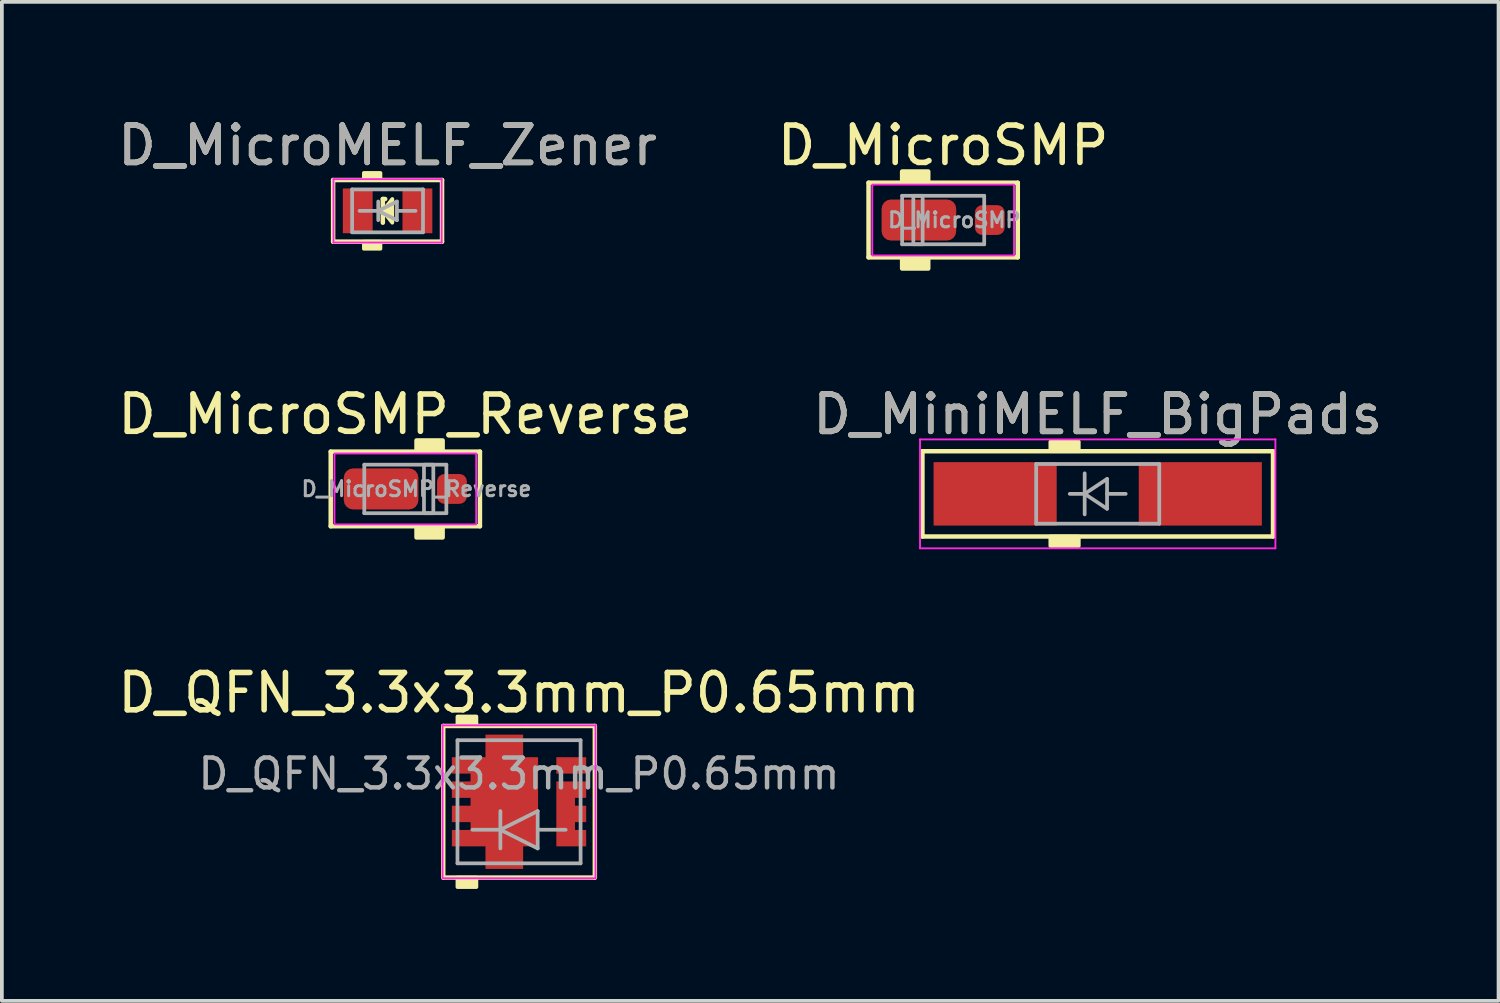
<source format=kicad_pcb>
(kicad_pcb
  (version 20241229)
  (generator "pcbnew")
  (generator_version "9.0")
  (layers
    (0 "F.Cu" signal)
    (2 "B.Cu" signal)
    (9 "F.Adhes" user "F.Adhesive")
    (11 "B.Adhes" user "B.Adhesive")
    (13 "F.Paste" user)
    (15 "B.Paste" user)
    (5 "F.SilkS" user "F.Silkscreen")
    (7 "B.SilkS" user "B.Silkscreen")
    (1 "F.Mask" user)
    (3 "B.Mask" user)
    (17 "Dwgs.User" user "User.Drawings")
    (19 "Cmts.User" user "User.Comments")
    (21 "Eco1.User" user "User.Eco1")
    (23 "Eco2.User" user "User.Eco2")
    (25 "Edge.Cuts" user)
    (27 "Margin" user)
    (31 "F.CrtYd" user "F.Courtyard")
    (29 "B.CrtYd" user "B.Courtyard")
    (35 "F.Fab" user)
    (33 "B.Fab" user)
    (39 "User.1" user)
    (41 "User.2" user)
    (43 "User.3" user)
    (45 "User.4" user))
  (footprint "D_MiniMELF_BigPads"
    (layer "F.Cu")
    (at 26.375 10.188)
    (property "Reference" "D_MiniMELF_BigPads" (at 0 -2.131 0) (layer "F.SilkS") (effects (font (size 1 1) (thickness 0.15))))
    (attr smd)
    (fp_line (start -4.699 -1.143) (end -4.699 1.143) (stroke (width 0.12) (type solid)) (layer "F.SilkS"))
    (fp_line (start -4.699 1.143) (end 4.699 1.143) (stroke (width 0.12) (type solid)) (layer "F.SilkS"))
    (fp_line (start 4.699 -1.143) (end -4.699 -1.143) (stroke (width 0.12) (type solid)) (layer "F.SilkS"))
    (fp_line (start 4.699 1.143) (end 4.699 -1.143) (stroke (width 0.12) (type solid)) (layer "F.SilkS"))
    (fp_poly (pts (xy -0.508 -1.143) (xy -1.27 -1.143) (xy -1.27 -1.397) (xy -0.508 -1.397)) (stroke (width 0.1) (type solid)) (fill yes) (layer "F.SilkS"))
    (fp_poly (pts (xy -0.508 1.397) (xy -1.27 1.397) (xy -1.27 1.143) (xy -0.508 1.143)) (stroke (width 0.1) (type solid)) (fill yes) (layer "F.SilkS"))
    (fp_line (start -4.763 -1.46) (end 4.763 -1.46) (stroke (width 0.05) (type solid)) (layer "F.CrtYd"))
    (fp_line (start -4.763 1.46) (end -4.763 -1.46) (stroke (width 0.05) (type solid)) (layer "F.CrtYd"))
    (fp_line (start 4.763 -1.46) (end 4.763 1.46) (stroke (width 0.05) (type solid)) (layer "F.CrtYd"))
    (fp_line (start 4.763 1.46) (end -4.763 1.46) (stroke (width 0.05) (type solid)) (layer "F.CrtYd"))
    (fp_line (start -1.65 -0.8) (end 1.65 -0.8) (stroke (width 0.1) (type solid)) (layer "F.Fab"))
    (fp_line (start -1.65 0.8) (end -1.65 -0.8) (stroke (width 0.1) (type solid)) (layer "F.Fab"))
    (fp_line (start -0.75 0) (end -0.35 0) (stroke (width 0.1) (type solid)) (layer "F.Fab"))
    (fp_line (start -0.35 0) (end -0.35 -0.55) (stroke (width 0.1) (type solid)) (layer "F.Fab"))
    (fp_line (start -0.35 0) (end -0.35 0.55) (stroke (width 0.1) (type solid)) (layer "F.Fab"))
    (fp_line (start -0.35 0) (end 0.25 -0.4) (stroke (width 0.1) (type solid)) (layer "F.Fab"))
    (fp_line (start 0.25 -0.4) (end 0.25 0.4) (stroke (width 0.1) (type solid)) (layer "F.Fab"))
    (fp_line (start 0.25 0) (end 0.75 0) (stroke (width 0.1) (type solid)) (layer "F.Fab"))
    (fp_line (start 0.25 0.4) (end -0.35 0) (stroke (width 0.1) (type solid)) (layer "F.Fab"))
    (fp_line (start 1.65 -0.8) (end 1.65 0.8) (stroke (width 0.1) (type solid)) (layer "F.Fab"))
    (fp_line (start 1.65 0.8) (end -1.65 0.8) (stroke (width 0.1) (type solid)) (layer "F.Fab"))
    (fp_text user "${REFERENCE}" (at 0 -2.131 0) (layer "F.Fab") (effects (font (size 1 1) (thickness 0.15))))
    (pad "1" smd rect (at -2.75 0) (size 3.3 1.7) (layers "F.Cu" "F.Mask" "F.Paste"))
    (pad "2" smd rect (at 2.75 0) (size 3.3 1.7) (layers "F.Cu" "F.Mask" "F.Paste")))
  (footprint "D_QFN_3.3x3.3mm_P0.65mm"
    (layer "F.Cu")
    (at 10.863 18.442)
    (property "Reference" "D_QFN_3.3x3.3mm_P0.65mm" (at 0 -2.921 0) (layer "F.SilkS") (effects (font (size 1 1) (thickness 0.15))))
    (attr smd)
    (fp_line (start -2.032 -2.032) (end 2.032 -2.032) (stroke (width 0.12) (type solid)) (layer "F.SilkS"))
    (fp_line (start -2.032 2.032) (end -2.032 -2.032) (stroke (width 0.12) (type solid)) (layer "F.SilkS"))
    (fp_line (start 2.032 -2.032) (end 2.032 2.032) (stroke (width 0.12) (type solid)) (layer "F.SilkS"))
    (fp_line (start 2.032 2.032) (end -2.032 2.032) (stroke (width 0.12) (type solid)) (layer "F.SilkS"))
    (fp_poly (pts (xy -1.143 -2.032) (xy -1.651 -2.032) (xy -1.651 -2.286) (xy -1.143 -2.286)) (stroke (width 0.1) (type solid)) (fill yes) (layer "F.SilkS"))
    (fp_poly (pts (xy -1.143 2.286) (xy -1.651 2.286) (xy -1.651 2.032) (xy -1.143 2.032)) (stroke (width 0.1) (type solid)) (fill yes) (layer "F.SilkS"))
    (fp_line (start -2.05 -2.05) (end 2.05 -2.05) (stroke (width 0.05) (type solid)) (layer "F.CrtYd"))
    (fp_line (start -2.05 2.05) (end -2.05 -2.05) (stroke (width 0.05) (type solid)) (layer "F.CrtYd"))
    (fp_line (start -2.05 2.05) (end 2.05 2.05) (stroke (width 0.05) (type solid)) (layer "F.CrtYd"))
    (fp_line (start 2.05 2.05) (end 2.05 -2.05) (stroke (width 0.05) (type solid)) (layer "F.CrtYd"))
    (fp_line (start -1.65 -1.65) (end 1.65 -1.65) (stroke (width 0.1) (type solid)) (layer "F.Fab"))
    (fp_line (start -1.65 1.65) (end -1.65 -1.65) (stroke (width 0.1) (type solid)) (layer "F.Fab"))
    (fp_line (start -0.5 0.25) (end -0.5 1.25) (stroke (width 0.1) (type solid)) (layer "F.Fab"))
    (fp_line (start -0.5 0.75) (end -1.25 0.75) (stroke (width 0.1) (type solid)) (layer "F.Fab"))
    (fp_line (start -0.5 0.75) (end 0.5 0.25) (stroke (width 0.1) (type solid)) (layer "F.Fab"))
    (fp_line (start 0.5 0.25) (end 0.5 1.25) (stroke (width 0.1) (type solid)) (layer "F.Fab"))
    (fp_line (start 0.5 0.75) (end 1.25 0.75) (stroke (width 0.1) (type solid)) (layer "F.Fab"))
    (fp_line (start 0.5 1.25) (end -0.5 0.75) (stroke (width 0.1) (type solid)) (layer "F.Fab"))
    (fp_line (start 1.65 -1.65) (end 1.65 1.65) (stroke (width 0.1) (type solid)) (layer "F.Fab"))
    (fp_line (start 1.65 1.65) (end -1.65 1.65) (stroke (width 0.1) (type solid)) (layer "F.Fab"))
    (fp_text user "${REFERENCE}" (at 0 -0.75 0) (layer "F.Fab") (effects (font (size 0.8 0.8) (thickness 0.12))))
    (pad "" smd rect (at 1.4 -0.975) (size 0.8 0.44) (layers "F.Cu" "F.Mask" "F.Paste"))
    (pad "1" smd custom (at -0.645 0) (size 0.5 0.5) (layers "F.Cu" "F.Mask" "F.Paste") (options (anchor rect)) (primitives (gr_poly (pts (xy 1.155 -1.195) (xy 0.755 -1.195) (xy 0.755 -1.8) (xy -0.255 -1.8) (xy -0.255 -1.195) (xy -1.155 -1.195) (xy -1.155 -0.755) (xy -0.655 -0.755) (xy -0.655 -0.545) (xy -1.155 -0.545) (xy -1.155 -0.105) (xy -0.655 -0.105) (xy -0.655 0.105) (xy -1.155 0.105) (xy -1.155 0.545) (xy -0.655 0.545) (xy -0.655 0.755) (xy -1.155 0.755) (xy -1.155 1.195) (xy -0.255 1.195) (xy -0.255 1.8) (xy 0.755 1.8) (xy 0.755 1.195) (xy 1.155 1.195)) (width 0) (fill yes))))
    (pad "2" smd custom (at 1.4 0.325) (size 0.4 0.4) (layers "F.Cu" "F.Mask" "F.Paste") (options (anchor rect)) (primitives (gr_poly (pts (xy -0.4 -0.87) (xy 0.4 -0.87) (xy 0.4 -0.43) (xy 0.1 -0.43) (xy 0.1 -0.22) (xy 0.4 -0.22) (xy 0.4 0.22) (xy 0.1 0.22) (xy 0.1 0.43) (xy 0.4 0.43) (xy 0.4 0.87) (xy -0.4 0.87)) (width 0) (fill yes)))))
  (footprint "D_MicroMELF_Zener"
    (layer "F.Cu")
    (at 7.339 2.602)
    (property "Reference" "D_MicroMELF_Zener" (at 0 -1.754 0) (layer "F.SilkS") (effects (font (size 1 1) (thickness 0.15))))
    (attr smd)
    (fp_line (start -1.46 -0.826) (end 1.46 -0.826) (stroke (width 0.12) (type solid)) (layer "F.SilkS"))
    (fp_line (start -1.46 0.826) (end -1.46 -0.826) (stroke (width 0.12) (type solid)) (layer "F.SilkS"))
    (fp_line (start -0.127 -0.318) (end -0.127 0.318) (stroke (width 0.12) (type solid)) (layer "F.SilkS"))
    (fp_line (start -0.127 -0.318) (end -0.064 -0.318) (stroke (width 0.12) (type solid)) (layer "F.SilkS"))
    (fp_line (start 1.46 -0.826) (end 1.46 0.826) (stroke (width 0.12) (type solid)) (layer "F.SilkS"))
    (fp_line (start 1.46 0.826) (end -1.46 0.826) (stroke (width 0.12) (type solid)) (layer "F.SilkS"))
    (fp_poly (pts (xy 0.127 0.318) (xy -0.127 0) (xy 0.127 -0.318)) (stroke (width 0.1) (type solid)) (fill yes) (layer "F.SilkS"))
    (fp_poly (pts (xy -0.191 -0.826) (xy -0.635 -0.826) (xy -0.635 -1.016) (xy -0.191 -1.016)) (stroke (width 0.1) (type solid)) (fill yes) (layer "F.SilkS"))
    (fp_poly (pts (xy -0.191 1.016) (xy -0.635 1.016) (xy -0.635 0.826) (xy -0.191 0.826)) (stroke (width 0.1) (type solid)) (fill yes) (layer "F.SilkS"))
    (fp_line (start -1.45 -0.85) (end -1.45 0.85) (stroke (width 0.05) (type solid)) (layer "F.CrtYd"))
    (fp_line (start -1.45 -0.85) (end 1.45 -0.85) (stroke (width 0.05) (type solid)) (layer "F.CrtYd"))
    (fp_line (start 1.45 0.85) (end -1.45 0.85) (stroke (width 0.05) (type solid)) (layer "F.CrtYd"))
    (fp_line (start 1.45 0.85) (end 1.45 -0.85) (stroke (width 0.05) (type solid)) (layer "F.CrtYd"))
    (fp_line (start -0.95 -0.575) (end 0.95 -0.575) (stroke (width 0.1) (type solid)) (layer "F.Fab"))
    (fp_line (start -0.95 0.575) (end -0.95 -0.575) (stroke (width 0.1) (type solid)) (layer "F.Fab"))
    (fp_line (start -0.25 -0.25) (end -0.25 0.25) (stroke (width 0.1) (type solid)) (layer "F.Fab"))
    (fp_line (start -0.25 0) (end -0.75 0) (stroke (width 0.1) (type solid)) (layer "F.Fab"))
    (fp_line (start -0.25 0) (end 0.25 -0.25) (stroke (width 0.1) (type solid)) (layer "F.Fab"))
    (fp_line (start 0.25 -0.25) (end 0.25 0.25) (stroke (width 0.1) (type solid)) (layer "F.Fab"))
    (fp_line (start 0.25 0) (end 0.75 0) (stroke (width 0.1) (type solid)) (layer "F.Fab"))
    (fp_line (start 0.25 0.25) (end -0.25 0) (stroke (width 0.1) (type solid)) (layer "F.Fab"))
    (fp_line (start 0.95 -0.575) (end 0.95 0.575) (stroke (width 0.1) (type solid)) (layer "F.Fab"))
    (fp_line (start 0.95 0.575) (end -0.95 0.575) (stroke (width 0.1) (type solid)) (layer "F.Fab"))
    (fp_text user "${REFERENCE}" (at 0 -1.754 0) (layer "F.Fab") (effects (font (size 1 1) (thickness 0.15))))
    (pad "1" smd rect (at -0.8 0) (size 0.8 1.2) (layers "F.Cu" "F.Mask" "F.Paste"))
    (pad "2" smd rect (at 0.8 0) (size 0.8 1.2) (layers "F.Cu" "F.Mask" "F.Paste")))
  (footprint "D_MicroSMP_Reverse"
    (layer "F.Cu")
    (at 7.815 10.056)
    (property "Reference" "D_MicroSMP_Reverse" (at 0 -2 0) (unlocked yes) (layer "F.SilkS") (effects (font (size 1 1) (thickness 0.15))))
    (fp_line (start -2 -1) (end -2 1) (stroke (width 0.12) (type solid)) (layer "F.SilkS"))
    (fp_line (start -2 1) (end 2 1) (stroke (width 0.12) (type solid)) (layer "F.SilkS"))
    (fp_line (start 2 -1) (end -2 -1) (stroke (width 0.12) (type solid)) (layer "F.SilkS"))
    (fp_line (start 2 1) (end 2 -1) (stroke (width 0.12) (type solid)) (layer "F.SilkS"))
    (fp_rect (start 1 -1) (end 0.3 -1.3) (stroke (width 0.12) (type solid)) (fill yes) (layer "F.SilkS"))
    (fp_rect (start 1 1.3) (end 0.3 1) (stroke (width 0.12) (type solid)) (fill yes) (layer "F.SilkS"))
    (fp_rect (start -1.9 -0.95) (end 1.9 0.95) (stroke (width 0.05) (type solid)) (fill no) (layer "F.CrtYd"))
    (fp_line (start -1.1 -0.65) (end -1.1 0.65) (stroke (width 0.1) (type solid)) (layer "F.Fab"))
    (fp_line (start -1.1 0.65) (end 1.1 0.65) (stroke (width 0.1) (type solid)) (layer "F.Fab"))
    (fp_line (start 1.1 -0.65) (end -1.1 -0.65) (stroke (width 0.1) (type solid)) (layer "F.Fab"))
    (fp_line (start 1.1 0.65) (end 1.1 -0.65) (stroke (width 0.1) (type solid)) (layer "F.Fab"))
    (fp_rect (start 0.5 -0.65) (end 0.75 0.65) (stroke (width 0.1) (type solid)) (fill no) (layer "F.Fab"))
    (fp_text user "${REFERENCE}" (at 0.3 0 180) (layer "F.Fab") (effects (font (size 0.4 0.4) (thickness 0.08))))
    (pad "1" smd roundrect (at 1.25 0) (size 0.8 0.8) (layers "F.Cu" "F.Mask" "F.Paste") (roundrect_rratio 0.25))
    (pad "2" smd roundrect (at -0.65 0) (size 2 1.1) (layers "F.Cu" "F.Mask" "F.Paste") (roundrect_rratio 0.227)))
  (footprint "D_MicroSMP"
    (layer "F.Cu")
    (at 22.232 2.848)
    (property "Reference" "D_MicroSMP" (at 0 -2 0) (unlocked yes) (layer "F.SilkS") (effects (font (size 1 1) (thickness 0.15))))
    (fp_line (start -2 -1) (end -2 1) (stroke (width 0.12) (type solid)) (layer "F.SilkS"))
    (fp_line (start -2 1) (end 2 1) (stroke (width 0.12) (type solid)) (layer "F.SilkS"))
    (fp_line (start 2 -1) (end -2 -1) (stroke (width 0.12) (type solid)) (layer "F.SilkS"))
    (fp_line (start 2 1) (end 2 -1) (stroke (width 0.12) (type solid)) (layer "F.SilkS"))
    (fp_rect (start -0.4 -1) (end -1.1 -1.3) (stroke (width 0.12) (type solid)) (fill yes) (layer "F.SilkS"))
    (fp_rect (start -0.4 1.3) (end -1.1 1) (stroke (width 0.12) (type solid)) (fill yes) (layer "F.SilkS"))
    (fp_rect (start -1.9 -0.95) (end 1.9 0.95) (stroke (width 0.05) (type solid)) (fill no) (layer "F.CrtYd"))
    (fp_line (start -1.1 -0.65) (end -1.1 0.65) (stroke (width 0.1) (type solid)) (layer "F.Fab"))
    (fp_line (start -1.1 0.65) (end 1.1 0.65) (stroke (width 0.1) (type solid)) (layer "F.Fab"))
    (fp_line (start 1.1 -0.65) (end -1.1 -0.65) (stroke (width 0.1) (type solid)) (layer "F.Fab"))
    (fp_line (start 1.1 0.65) (end 1.1 -0.65) (stroke (width 0.1) (type solid)) (layer "F.Fab"))
    (fp_rect (start -0.8 -0.65) (end -0.55 0.65) (stroke (width 0.1) (type solid)) (fill no) (layer "F.Fab"))
    (fp_text user "${REFERENCE}" (at 0.3 0 180) (layer "F.Fab") (effects (font (size 0.4 0.4) (thickness 0.08))))
    (pad "1" smd roundrect (at -0.65 0) (size 2 1.1) (layers "F.Cu" "F.Mask" "F.Paste") (roundrect_rratio 0.227))
    (pad "2" smd roundrect (at 1.25 0) (size 0.8 0.8) (layers "F.Cu" "F.Mask" "F.Paste") (roundrect_rratio 0.25)))
  (gr_rect
    (start -3 -3)
    (end 37.119 23.778)
    (stroke (width 0.1) (type default))
    (fill no)
    (layer "Edge.Cuts")))
</source>
